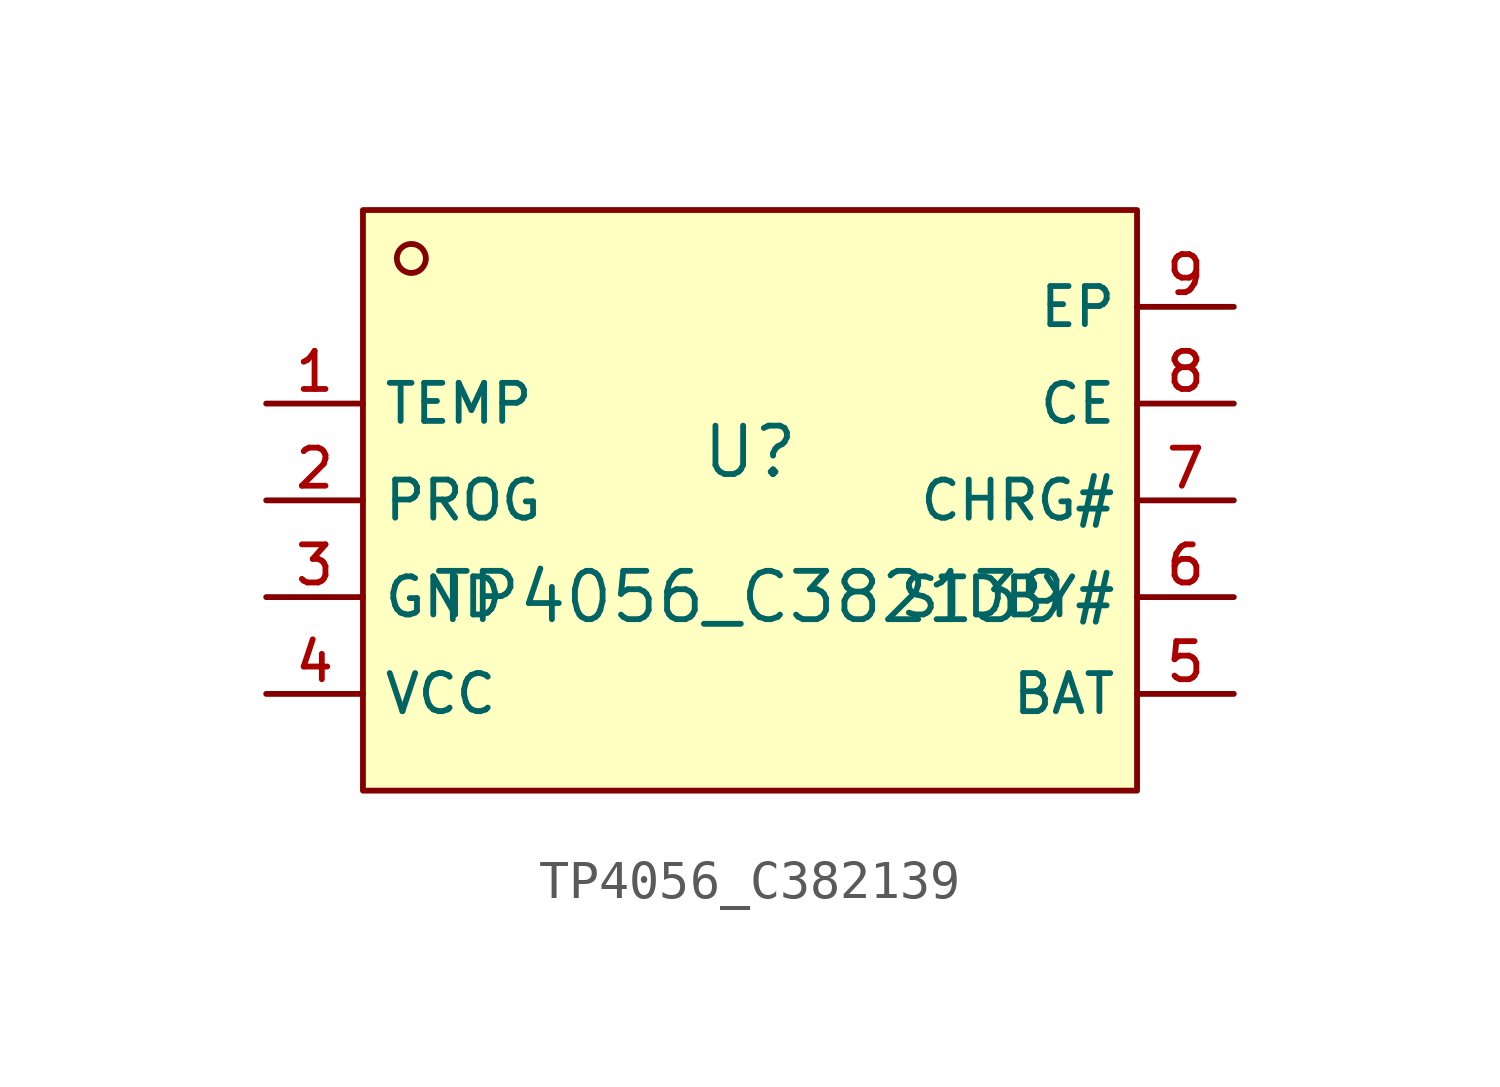
<source format=kicad_sym>
(kicad_symbol_lib
  (version 20210201)
  (generator TousstNicolas/JLC2KiCad_lib)
  (symbol "TP4056_C382139"
    (property "Reference" "U"
      (at 0 1.27 0)
      (effects (font (size 1.27 1.27))))
    (property "Value" "TP4056_C382139"
      (at 0 -2.54 0)
      (effects (font (size 1.27 1.27))))
    (symbol "TP4056_C382139_0_1"
      (rectangle (start -10.16 7.62) (end 10.16 -7.62) (stroke (width 0) (type default) (color 0 0 0 0)) (fill (type background)))
      (circle (center -8.89 6.35) (radius 0.381) (stroke (width 0) (type default) (color 0 0 0 0)) (fill (type background)))
      (pin unspecified line (at -12.7 2.54 0) (length 2.54) (name "TEMP" (effects (font (size 1 1)))) (number "1" (effects (font (size 1 1)))))
      (pin unspecified line (at -12.7 -0.0 0) (length 2.54) (name "PROG" (effects (font (size 1 1)))) (number "2" (effects (font (size 1 1)))))
      (pin unspecified line (at -12.7 -2.54 0) (length 2.54) (name "GND" (effects (font (size 1 1)))) (number "3" (effects (font (size 1 1)))))
      (pin unspecified line (at -12.7 -5.08 0) (length 2.54) (name "VCC" (effects (font (size 1 1)))) (number "4" (effects (font (size 1 1)))))
      (pin unspecified line (at 12.7 -5.08 180) (length 2.54) (name "BAT" (effects (font (size 1 1)))) (number "5" (effects (font (size 1 1)))))
      (pin unspecified line (at 12.7 -2.54 180) (length 2.54) (name "STDBY#" (effects (font (size 1 1)))) (number "6" (effects (font (size 1 1)))))
      (pin unspecified line (at 12.7 -0.0 180) (length 2.54) (name "CHRG#" (effects (font (size 1 1)))) (number "7" (effects (font (size 1 1)))))
      (pin unspecified line (at 12.7 2.54 180) (length 2.54) (name "CE" (effects (font (size 1 1)))) (number "8" (effects (font (size 1 1)))))
      (pin unspecified line (at 12.7 5.08 180) (length 2.54) (name "EP" (effects (font (size 1 1)))) (number "9" (effects (font (size 1 1))))))))
</source>
